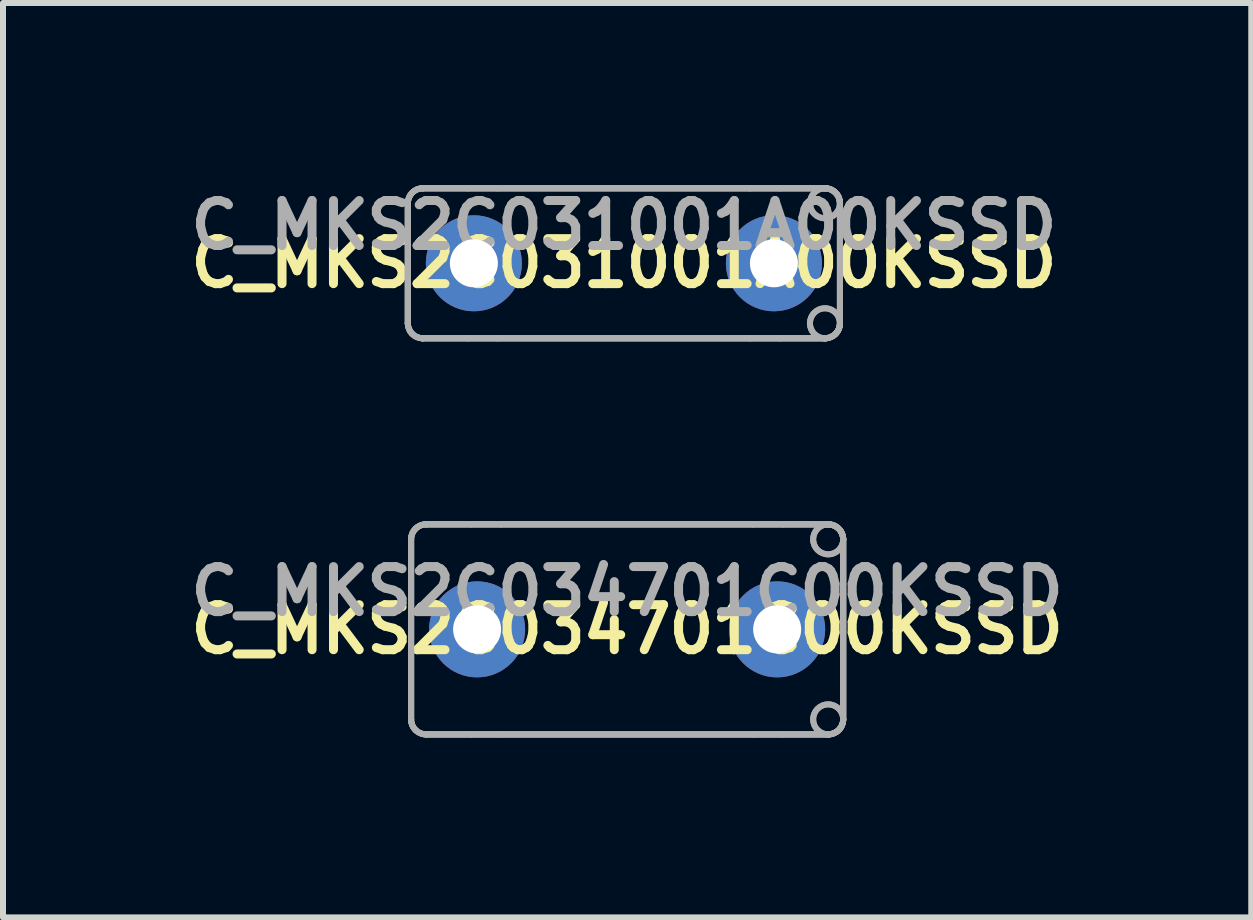
<source format=kicad_pcb>
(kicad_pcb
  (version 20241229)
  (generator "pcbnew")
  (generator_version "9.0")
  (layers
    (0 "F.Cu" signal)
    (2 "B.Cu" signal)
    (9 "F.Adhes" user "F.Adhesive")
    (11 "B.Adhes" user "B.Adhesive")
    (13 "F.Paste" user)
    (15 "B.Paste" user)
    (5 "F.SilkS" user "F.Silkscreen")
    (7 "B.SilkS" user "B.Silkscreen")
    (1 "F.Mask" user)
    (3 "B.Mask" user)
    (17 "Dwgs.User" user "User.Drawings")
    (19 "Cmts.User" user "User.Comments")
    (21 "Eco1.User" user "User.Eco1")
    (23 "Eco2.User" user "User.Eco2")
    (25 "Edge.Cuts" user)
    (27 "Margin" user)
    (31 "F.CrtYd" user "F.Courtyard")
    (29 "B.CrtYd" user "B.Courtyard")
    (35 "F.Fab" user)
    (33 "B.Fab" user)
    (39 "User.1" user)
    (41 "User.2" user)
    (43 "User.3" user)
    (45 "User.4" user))
  (footprint "C_MKS2C034701C00KSSD"
    (layer "F.Cu")
    (at 7.4 7.437)
    (property "Reference" "C_MKS2C034701C00KSSD" (at 0 0 0) (layer "F.SilkS") (effects (font (size 0.75 0.75) (thickness 0.15))))
    (attr through_hole)
    (fp_line (start -3.6 -1.5) (end -3.6 -1.5) (stroke (width 0.1) (type solid)) (layer "F.Fab"))
    (fp_line (start -3.6 -1.5) (end -3.6 -1.5) (stroke (width 0.1) (type solid)) (layer "F.Fab"))
    (fp_line (start -3.6 -1.5) (end -3.6 1.5) (stroke (width 0.1) (type solid)) (layer "F.Fab"))
    (fp_line (start -3.6 -1.5) (end -3.6 1.5) (stroke (width 0.1) (type solid)) (layer "F.Fab"))
    (fp_line (start -3.6 -1.5) (end -3.6 1.5) (stroke (width 0.1) (type solid)) (layer "F.Fab"))
    (fp_line (start -3.6 -1.5) (end -3.6 1.5) (stroke (width 0.1) (type solid)) (layer "F.Fab"))
    (fp_line (start -3.6 1.5) (end -3.6 1.5) (stroke (width 0.1) (type solid)) (layer "F.Fab"))
    (fp_line (start -3.6 1.5) (end -3.6 1.5) (stroke (width 0.1) (type solid)) (layer "F.Fab"))
    (fp_line (start -3.35 -1.75) (end -3.35 -1.75) (stroke (width 0.1) (type solid)) (layer "F.Fab"))
    (fp_line (start -3.35 -1.75) (end -3.35 -1.75) (stroke (width 0.1) (type solid)) (layer "F.Fab"))
    (fp_line (start -3.35 -1.75) (end 3.35 -1.75) (stroke (width 0.1) (type solid)) (layer "F.Fab"))
    (fp_line (start -3.35 -1.75) (end 3.35 -1.75) (stroke (width 0.1) (type solid)) (layer "F.Fab"))
    (fp_line (start -3.35 1.75) (end -3.35 1.75) (stroke (width 0.1) (type solid)) (layer "F.Fab"))
    (fp_line (start -3.35 1.75) (end -3.35 1.75) (stroke (width 0.1) (type solid)) (layer "F.Fab"))
    (fp_line (start -3.35 1.75) (end 3.35 1.75) (stroke (width 0.1) (type solid)) (layer "F.Fab"))
    (fp_line (start -3.35 1.75) (end 3.35 1.75) (stroke (width 0.1) (type solid)) (layer "F.Fab"))
    (fp_line (start -2.6 -1.75) (end -3.35 -1.75) (stroke (width 0.1) (type solid)) (layer "F.Fab"))
    (fp_line (start -2.6 -1.75) (end -3.35 -1.75) (stroke (width 0.1) (type solid)) (layer "F.Fab"))
    (fp_line (start -2.6 1.75) (end -3.35 1.75) (stroke (width 0.1) (type solid)) (layer "F.Fab"))
    (fp_line (start -2.6 1.75) (end -3.35 1.75) (stroke (width 0.1) (type solid)) (layer "F.Fab"))
    (fp_line (start -2.1 -1.75) (end -2.6 -1.75) (stroke (width 0.1) (type solid)) (layer "F.Fab"))
    (fp_line (start -2.1 -1.75) (end -2.6 -1.75) (stroke (width 0.1) (type solid)) (layer "F.Fab"))
    (fp_line (start -2.1 1.75) (end -2.6 1.75) (stroke (width 0.1) (type solid)) (layer "F.Fab"))
    (fp_line (start -2.1 1.75) (end -2.6 1.75) (stroke (width 0.1) (type solid)) (layer "F.Fab"))
    (fp_line (start 2.1 -1.75) (end -2.1 -1.75) (stroke (width 0.1) (type solid)) (layer "F.Fab"))
    (fp_line (start 2.1 -1.75) (end -2.1 -1.75) (stroke (width 0.1) (type solid)) (layer "F.Fab"))
    (fp_line (start 2.1 1.75) (end -2.1 1.75) (stroke (width 0.1) (type solid)) (layer "F.Fab"))
    (fp_line (start 2.1 1.75) (end -2.1 1.75) (stroke (width 0.1) (type solid)) (layer "F.Fab"))
    (fp_line (start 2.6 -1.75) (end 2.1 -1.75) (stroke (width 0.1) (type solid)) (layer "F.Fab"))
    (fp_line (start 2.6 -1.75) (end 2.1 -1.75) (stroke (width 0.1) (type solid)) (layer "F.Fab"))
    (fp_line (start 2.6 1.75) (end 2.1 1.75) (stroke (width 0.1) (type solid)) (layer "F.Fab"))
    (fp_line (start 2.6 1.75) (end 2.1 1.75) (stroke (width 0.1) (type solid)) (layer "F.Fab"))
    (fp_line (start 3.35 -1.75) (end 2.6 -1.75) (stroke (width 0.1) (type solid)) (layer "F.Fab"))
    (fp_line (start 3.35 -1.75) (end 2.6 -1.75) (stroke (width 0.1) (type solid)) (layer "F.Fab"))
    (fp_line (start 3.35 -1.75) (end 3.35 -1.75) (stroke (width 0.1) (type solid)) (layer "F.Fab"))
    (fp_line (start 3.35 -1.75) (end 3.35 -1.75) (stroke (width 0.1) (type solid)) (layer "F.Fab"))
    (fp_line (start 3.35 1.75) (end 2.6 1.75) (stroke (width 0.1) (type solid)) (layer "F.Fab"))
    (fp_line (start 3.35 1.75) (end 2.6 1.75) (stroke (width 0.1) (type solid)) (layer "F.Fab"))
    (fp_line (start 3.35 1.75) (end 3.35 1.75) (stroke (width 0.1) (type solid)) (layer "F.Fab"))
    (fp_line (start 3.35 1.75) (end 3.35 1.75) (stroke (width 0.1) (type solid)) (layer "F.Fab"))
    (fp_line (start 3.6 -1.5) (end 3.6 -1.5) (stroke (width 0.1) (type solid)) (layer "F.Fab"))
    (fp_line (start 3.6 -1.5) (end 3.6 -1.5) (stroke (width 0.1) (type solid)) (layer "F.Fab"))
    (fp_line (start 3.6 -1.5) (end 3.6 1.5) (stroke (width 0.1) (type solid)) (layer "F.Fab"))
    (fp_line (start 3.6 -1.5) (end 3.6 1.5) (stroke (width 0.1) (type solid)) (layer "F.Fab"))
    (fp_line (start 3.6 -1.5) (end 3.6 1.5) (stroke (width 0.1) (type solid)) (layer "F.Fab"))
    (fp_line (start 3.6 -1.5) (end 3.6 1.5) (stroke (width 0.1) (type solid)) (layer "F.Fab"))
    (fp_line (start 3.6 1.5) (end 3.6 1.5) (stroke (width 0.1) (type solid)) (layer "F.Fab"))
    (fp_line (start 3.6 1.5) (end 3.6 1.5) (stroke (width 0.1) (type solid)) (layer "F.Fab"))
    (fp_arc (start -3.6 -1.5) (mid -3.526777 -1.676777) (end -3.35 -1.75) (stroke (width 0.1) (type solid)) (layer "F.Fab"))
    (fp_arc (start -3.6 -1.5) (mid -3.526777 -1.676777) (end -3.35 -1.75) (stroke (width 0.1) (type solid)) (layer "F.Fab"))
    (fp_arc (start -3.6 -1.5) (mid -3.526777 -1.676777) (end -3.35 -1.75) (stroke (width 0.1) (type solid)) (layer "F.Fab"))
    (fp_arc (start -3.6 -1.5) (mid -3.526777 -1.676777) (end -3.35 -1.75) (stroke (width 0.1) (type solid)) (layer "F.Fab"))
    (fp_arc (start -3.35 1.75) (mid -3.526777 1.676777) (end -3.6 1.5) (stroke (width 0.1) (type solid)) (layer "F.Fab"))
    (fp_arc (start -3.35 1.75) (mid -3.526777 1.676777) (end -3.6 1.5) (stroke (width 0.1) (type solid)) (layer "F.Fab"))
    (fp_arc (start -3.35 1.75) (mid -3.526777 1.676777) (end -3.6 1.5) (stroke (width 0.1) (type solid)) (layer "F.Fab"))
    (fp_arc (start -3.35 1.75) (mid -3.526777 1.676777) (end -3.6 1.5) (stroke (width 0.1) (type solid)) (layer "F.Fab"))
    (fp_arc (start 3.35 -1.75) (mid 3.526777 -1.676777) (end 3.6 -1.5) (stroke (width 0.1) (type solid)) (layer "F.Fab"))
    (fp_arc (start 3.35 -1.75) (mid 3.526777 -1.676777) (end 3.6 -1.5) (stroke (width 0.1) (type solid)) (layer "F.Fab"))
    (fp_arc (start 3.35 -1.75) (mid 3.526777 -1.676777) (end 3.6 -1.5) (stroke (width 0.1) (type solid)) (layer "F.Fab"))
    (fp_arc (start 3.35 -1.75) (mid 3.526777 -1.676777) (end 3.6 -1.5) (stroke (width 0.1) (type solid)) (layer "F.Fab"))
    (fp_arc (start 3.6 -1.5) (mid 3.1 -1.5) (end 3.6 -1.5) (stroke (width 0.1) (type solid)) (layer "F.Fab"))
    (fp_arc (start 3.6 -1.5) (mid 3.1 -1.5) (end 3.6 -1.5) (stroke (width 0.1) (type solid)) (layer "F.Fab"))
    (fp_arc (start 3.6 1.5) (mid 3.526777 1.676777) (end 3.35 1.75) (stroke (width 0.1) (type solid)) (layer "F.Fab"))
    (fp_arc (start 3.6 1.5) (mid 3.526777 1.676777) (end 3.35 1.75) (stroke (width 0.1) (type solid)) (layer "F.Fab"))
    (fp_arc (start 3.6 1.5) (mid 3.526777 1.676777) (end 3.35 1.75) (stroke (width 0.1) (type solid)) (layer "F.Fab"))
    (fp_arc (start 3.6 1.5) (mid 3.526777 1.676777) (end 3.35 1.75) (stroke (width 0.1) (type solid)) (layer "F.Fab"))
    (fp_arc (start 3.6 1.5) (mid 3.1 1.5) (end 3.6 1.5) (stroke (width 0.1) (type solid)) (layer "F.Fab"))
    (fp_arc (start 3.6 1.5) (mid 3.1 1.5) (end 3.6 1.5) (stroke (width 0.1) (type solid)) (layer "F.Fab"))
    (fp_text user "${REFERENCE}" (at 0 -0.635 0) (layer "F.Fab") (effects (font (size 0.75 0.75) (thickness 0.15))))
    (pad "" connect circle (at -2.5 0) (size 0.8 0.8) (layers "F.Mask"))
    (pad "" connect circle (at 2.5 0) (size 0.8 0.8) (layers "F.Mask"))
    (pad "1" thru_hole circle (at -2.5 0) (size 1.6 1.6) (drill 0.8) (layers "B.Cu" "B.Mask"))
    (pad "2" thru_hole circle (at 2.5 0) (size 1.6 1.6) (drill 0.8) (layers "B.Cu" "B.Mask")))
  (footprint "C_MKS2C031001A00KSSD"
    (layer "F.Cu")
    (at 7.346 1.337)
    (property "Reference" "C_MKS2C031001A00KSSD" (at 0 0 0) (layer "F.SilkS") (effects (font (size 0.75 0.75) (thickness 0.15))))
    (attr through_hole)
    (fp_line (start -3.6 -1) (end -3.6 -1) (stroke (width 0.1) (type solid)) (layer "F.Fab"))
    (fp_line (start -3.6 -1) (end -3.6 -1) (stroke (width 0.1) (type solid)) (layer "F.Fab"))
    (fp_line (start -3.6 -1) (end -3.6 1) (stroke (width 0.1) (type solid)) (layer "F.Fab"))
    (fp_line (start -3.6 -1) (end -3.6 1) (stroke (width 0.1) (type solid)) (layer "F.Fab"))
    (fp_line (start -3.6 -1) (end -3.6 1) (stroke (width 0.1) (type solid)) (layer "F.Fab"))
    (fp_line (start -3.6 -1) (end -3.6 1) (stroke (width 0.1) (type solid)) (layer "F.Fab"))
    (fp_line (start -3.6 1) (end -3.6 1) (stroke (width 0.1) (type solid)) (layer "F.Fab"))
    (fp_line (start -3.6 1) (end -3.6 1) (stroke (width 0.1) (type solid)) (layer "F.Fab"))
    (fp_line (start -3.35 -1.25) (end -3.35 -1.25) (stroke (width 0.1) (type solid)) (layer "F.Fab"))
    (fp_line (start -3.35 -1.25) (end -3.35 -1.25) (stroke (width 0.1) (type solid)) (layer "F.Fab"))
    (fp_line (start -3.35 -1.25) (end 3.35 -1.25) (stroke (width 0.1) (type solid)) (layer "F.Fab"))
    (fp_line (start -3.35 -1.25) (end 3.35 -1.25) (stroke (width 0.1) (type solid)) (layer "F.Fab"))
    (fp_line (start -3.35 1.25) (end -3.35 1.25) (stroke (width 0.1) (type solid)) (layer "F.Fab"))
    (fp_line (start -3.35 1.25) (end -3.35 1.25) (stroke (width 0.1) (type solid)) (layer "F.Fab"))
    (fp_line (start -3.35 1.25) (end 3.35 1.25) (stroke (width 0.1) (type solid)) (layer "F.Fab"))
    (fp_line (start -3.35 1.25) (end 3.35 1.25) (stroke (width 0.1) (type solid)) (layer "F.Fab"))
    (fp_line (start -2.6 -1.25) (end -3.35 -1.25) (stroke (width 0.1) (type solid)) (layer "F.Fab"))
    (fp_line (start -2.6 -1.25) (end -3.35 -1.25) (stroke (width 0.1) (type solid)) (layer "F.Fab"))
    (fp_line (start -2.6 1.25) (end -3.35 1.25) (stroke (width 0.1) (type solid)) (layer "F.Fab"))
    (fp_line (start -2.6 1.25) (end -3.35 1.25) (stroke (width 0.1) (type solid)) (layer "F.Fab"))
    (fp_line (start -2.1 -1.25) (end -2.6 -1.25) (stroke (width 0.1) (type solid)) (layer "F.Fab"))
    (fp_line (start -2.1 -1.25) (end -2.6 -1.25) (stroke (width 0.1) (type solid)) (layer "F.Fab"))
    (fp_line (start -2.1 1.25) (end -2.6 1.25) (stroke (width 0.1) (type solid)) (layer "F.Fab"))
    (fp_line (start -2.1 1.25) (end -2.6 1.25) (stroke (width 0.1) (type solid)) (layer "F.Fab"))
    (fp_line (start 2.1 -1.25) (end -2.1 -1.25) (stroke (width 0.1) (type solid)) (layer "F.Fab"))
    (fp_line (start 2.1 -1.25) (end -2.1 -1.25) (stroke (width 0.1) (type solid)) (layer "F.Fab"))
    (fp_line (start 2.1 1.25) (end -2.1 1.25) (stroke (width 0.1) (type solid)) (layer "F.Fab"))
    (fp_line (start 2.1 1.25) (end -2.1 1.25) (stroke (width 0.1) (type solid)) (layer "F.Fab"))
    (fp_line (start 2.6 -1.25) (end 2.1 -1.25) (stroke (width 0.1) (type solid)) (layer "F.Fab"))
    (fp_line (start 2.6 -1.25) (end 2.1 -1.25) (stroke (width 0.1) (type solid)) (layer "F.Fab"))
    (fp_line (start 2.6 1.25) (end 2.1 1.25) (stroke (width 0.1) (type solid)) (layer "F.Fab"))
    (fp_line (start 2.6 1.25) (end 2.1 1.25) (stroke (width 0.1) (type solid)) (layer "F.Fab"))
    (fp_line (start 3.35 -1.25) (end 2.6 -1.25) (stroke (width 0.1) (type solid)) (layer "F.Fab"))
    (fp_line (start 3.35 -1.25) (end 2.6 -1.25) (stroke (width 0.1) (type solid)) (layer "F.Fab"))
    (fp_line (start 3.35 -1.25) (end 3.35 -1.25) (stroke (width 0.1) (type solid)) (layer "F.Fab"))
    (fp_line (start 3.35 -1.25) (end 3.35 -1.25) (stroke (width 0.1) (type solid)) (layer "F.Fab"))
    (fp_line (start 3.35 1.25) (end 2.6 1.25) (stroke (width 0.1) (type solid)) (layer "F.Fab"))
    (fp_line (start 3.35 1.25) (end 2.6 1.25) (stroke (width 0.1) (type solid)) (layer "F.Fab"))
    (fp_line (start 3.35 1.25) (end 3.35 1.25) (stroke (width 0.1) (type solid)) (layer "F.Fab"))
    (fp_line (start 3.35 1.25) (end 3.35 1.25) (stroke (width 0.1) (type solid)) (layer "F.Fab"))
    (fp_line (start 3.6 -1) (end 3.6 -1) (stroke (width 0.1) (type solid)) (layer "F.Fab"))
    (fp_line (start 3.6 -1) (end 3.6 -1) (stroke (width 0.1) (type solid)) (layer "F.Fab"))
    (fp_line (start 3.6 -1) (end 3.6 1) (stroke (width 0.1) (type solid)) (layer "F.Fab"))
    (fp_line (start 3.6 -1) (end 3.6 1) (stroke (width 0.1) (type solid)) (layer "F.Fab"))
    (fp_line (start 3.6 -1) (end 3.6 1) (stroke (width 0.1) (type solid)) (layer "F.Fab"))
    (fp_line (start 3.6 -1) (end 3.6 1) (stroke (width 0.1) (type solid)) (layer "F.Fab"))
    (fp_line (start 3.6 1) (end 3.6 1) (stroke (width 0.1) (type solid)) (layer "F.Fab"))
    (fp_line (start 3.6 1) (end 3.6 1) (stroke (width 0.1) (type solid)) (layer "F.Fab"))
    (fp_arc (start -3.6 -1) (mid -3.526777 -1.176777) (end -3.35 -1.25) (stroke (width 0.1) (type solid)) (layer "F.Fab"))
    (fp_arc (start -3.6 -1) (mid -3.526777 -1.176777) (end -3.35 -1.25) (stroke (width 0.1) (type solid)) (layer "F.Fab"))
    (fp_arc (start -3.6 -1) (mid -3.526777 -1.176777) (end -3.35 -1.25) (stroke (width 0.1) (type solid)) (layer "F.Fab"))
    (fp_arc (start -3.6 -1) (mid -3.526777 -1.176777) (end -3.35 -1.25) (stroke (width 0.1) (type solid)) (layer "F.Fab"))
    (fp_arc (start -3.35 1.25) (mid -3.526777 1.176777) (end -3.6 1) (stroke (width 0.1) (type solid)) (layer "F.Fab"))
    (fp_arc (start -3.35 1.25) (mid -3.526777 1.176777) (end -3.6 1) (stroke (width 0.1) (type solid)) (layer "F.Fab"))
    (fp_arc (start -3.35 1.25) (mid -3.526777 1.176777) (end -3.6 1) (stroke (width 0.1) (type solid)) (layer "F.Fab"))
    (fp_arc (start -3.35 1.25) (mid -3.526777 1.176777) (end -3.6 1) (stroke (width 0.1) (type solid)) (layer "F.Fab"))
    (fp_arc (start 3.35 -1.25) (mid 3.526777 -1.176777) (end 3.6 -1) (stroke (width 0.1) (type solid)) (layer "F.Fab"))
    (fp_arc (start 3.35 -1.25) (mid 3.526777 -1.176777) (end 3.6 -1) (stroke (width 0.1) (type solid)) (layer "F.Fab"))
    (fp_arc (start 3.35 -1.25) (mid 3.526777 -1.176777) (end 3.6 -1) (stroke (width 0.1) (type solid)) (layer "F.Fab"))
    (fp_arc (start 3.35 -1.25) (mid 3.526777 -1.176777) (end 3.6 -1) (stroke (width 0.1) (type solid)) (layer "F.Fab"))
    (fp_arc (start 3.6 -1) (mid 3.1 -1) (end 3.6 -1) (stroke (width 0.1) (type solid)) (layer "F.Fab"))
    (fp_arc (start 3.6 -1) (mid 3.1 -1) (end 3.6 -1) (stroke (width 0.1) (type solid)) (layer "F.Fab"))
    (fp_arc (start 3.6 1) (mid 3.526777 1.176777) (end 3.35 1.25) (stroke (width 0.1) (type solid)) (layer "F.Fab"))
    (fp_arc (start 3.6 1) (mid 3.526777 1.176777) (end 3.35 1.25) (stroke (width 0.1) (type solid)) (layer "F.Fab"))
    (fp_arc (start 3.6 1) (mid 3.526777 1.176777) (end 3.35 1.25) (stroke (width 0.1) (type solid)) (layer "F.Fab"))
    (fp_arc (start 3.6 1) (mid 3.526777 1.176777) (end 3.35 1.25) (stroke (width 0.1) (type solid)) (layer "F.Fab"))
    (fp_arc (start 3.6 1) (mid 3.1 1) (end 3.6 1) (stroke (width 0.1) (type solid)) (layer "F.Fab"))
    (fp_arc (start 3.6 1) (mid 3.1 1) (end 3.6 1) (stroke (width 0.1) (type solid)) (layer "F.Fab"))
    (fp_text user "${REFERENCE}" (at 0 -0.635 0) (layer "F.Fab") (effects (font (size 0.75 0.75) (thickness 0.15))))
    (pad "" connect circle (at -2.5 0) (size 0.8 0.8) (layers "F.Mask"))
    (pad "" connect circle (at 2.5 0) (size 0.8 0.8) (layers "F.Mask"))
    (pad "1" thru_hole circle (at -2.5 0) (size 1.6 1.6) (drill 0.8) (layers "B.Cu" "B.Mask"))
    (pad "2" thru_hole circle (at 2.5 0) (size 1.6 1.6) (drill 0.8) (layers "B.Cu" "B.Mask")))
  (gr_rect
    (start -3 -3)
    (end 17.8 12.237)
    (stroke (width 0.1) (type default))
    (fill no)
    (layer "Edge.Cuts")))
</source>
